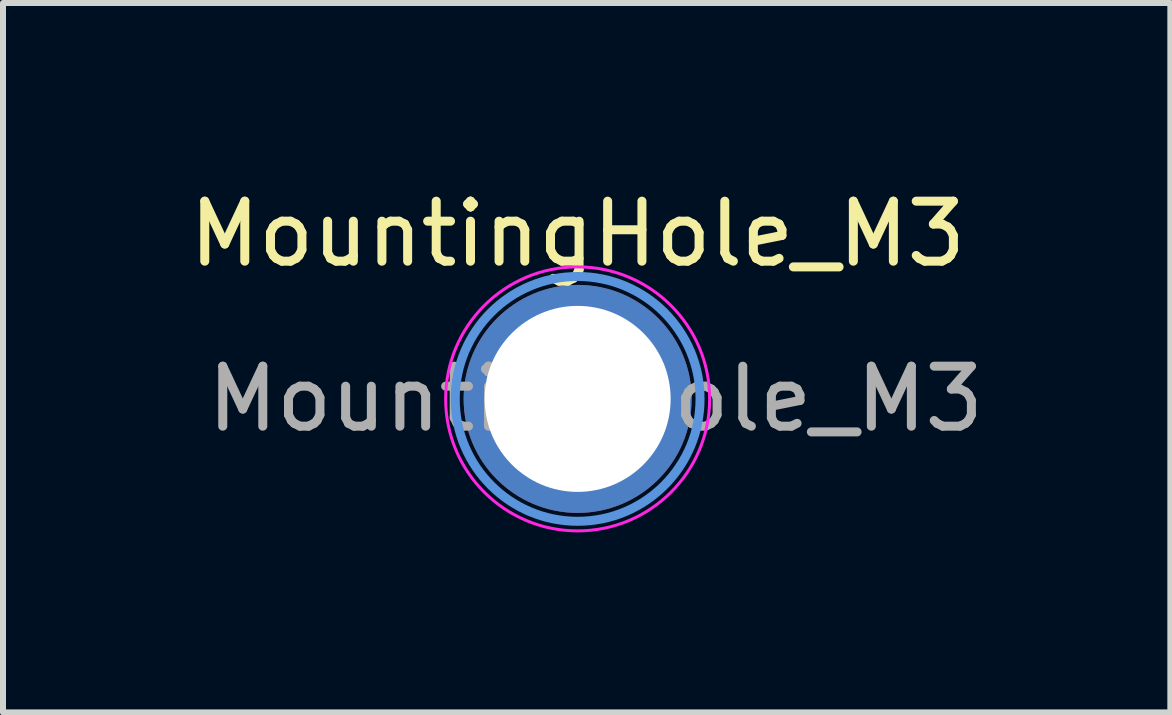
<source format=kicad_pcb>
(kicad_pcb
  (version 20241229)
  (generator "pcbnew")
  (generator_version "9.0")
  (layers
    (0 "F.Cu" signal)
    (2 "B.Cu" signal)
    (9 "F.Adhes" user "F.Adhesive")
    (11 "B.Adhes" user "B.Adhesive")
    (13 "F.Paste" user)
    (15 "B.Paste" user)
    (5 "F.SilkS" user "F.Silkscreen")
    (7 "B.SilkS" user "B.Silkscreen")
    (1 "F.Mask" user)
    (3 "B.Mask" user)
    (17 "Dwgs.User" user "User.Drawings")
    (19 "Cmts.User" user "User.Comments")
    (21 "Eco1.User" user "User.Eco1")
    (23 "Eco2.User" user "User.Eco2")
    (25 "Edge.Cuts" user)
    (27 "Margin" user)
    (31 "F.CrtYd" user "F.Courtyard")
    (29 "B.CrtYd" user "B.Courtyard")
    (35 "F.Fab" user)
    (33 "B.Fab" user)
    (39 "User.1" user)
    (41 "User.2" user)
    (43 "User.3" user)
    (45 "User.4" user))
  (footprint "MountingHole_M3"
    (layer "F.Cu")
    (at 6.577 3.598)
    (property "Reference" "MountingHole_M3" (at 0 -2.75 0) (layer "F.SilkS") (effects (font (size 1 1) (thickness 0.15))))
    (attr through_hole)
    (fp_circle (center 0 0) (end 2.04 0) (stroke (width 0.15) (type solid)) (fill no) (layer "Cmts.User"))
    (fp_circle (center 0 0) (end 2.2 0) (stroke (width 0.05) (type solid)) (fill no) (layer "F.CrtYd"))
    (fp_text user "${REFERENCE}" (at 0.3 0 0) (layer "F.Fab") (effects (font (size 1 1) (thickness 0.15))))
    (pad "1" thru_hole circle (at 0 0) (size 3.8 3.8) (drill 3.1) (layers "*.Cu" "*.Mask")))
  (gr_rect
    (start -3 -3)
    (end 16.455 8.823)
    (stroke (width 0.1) (type default))
    (fill no)
    (layer "Edge.Cuts")))
</source>
